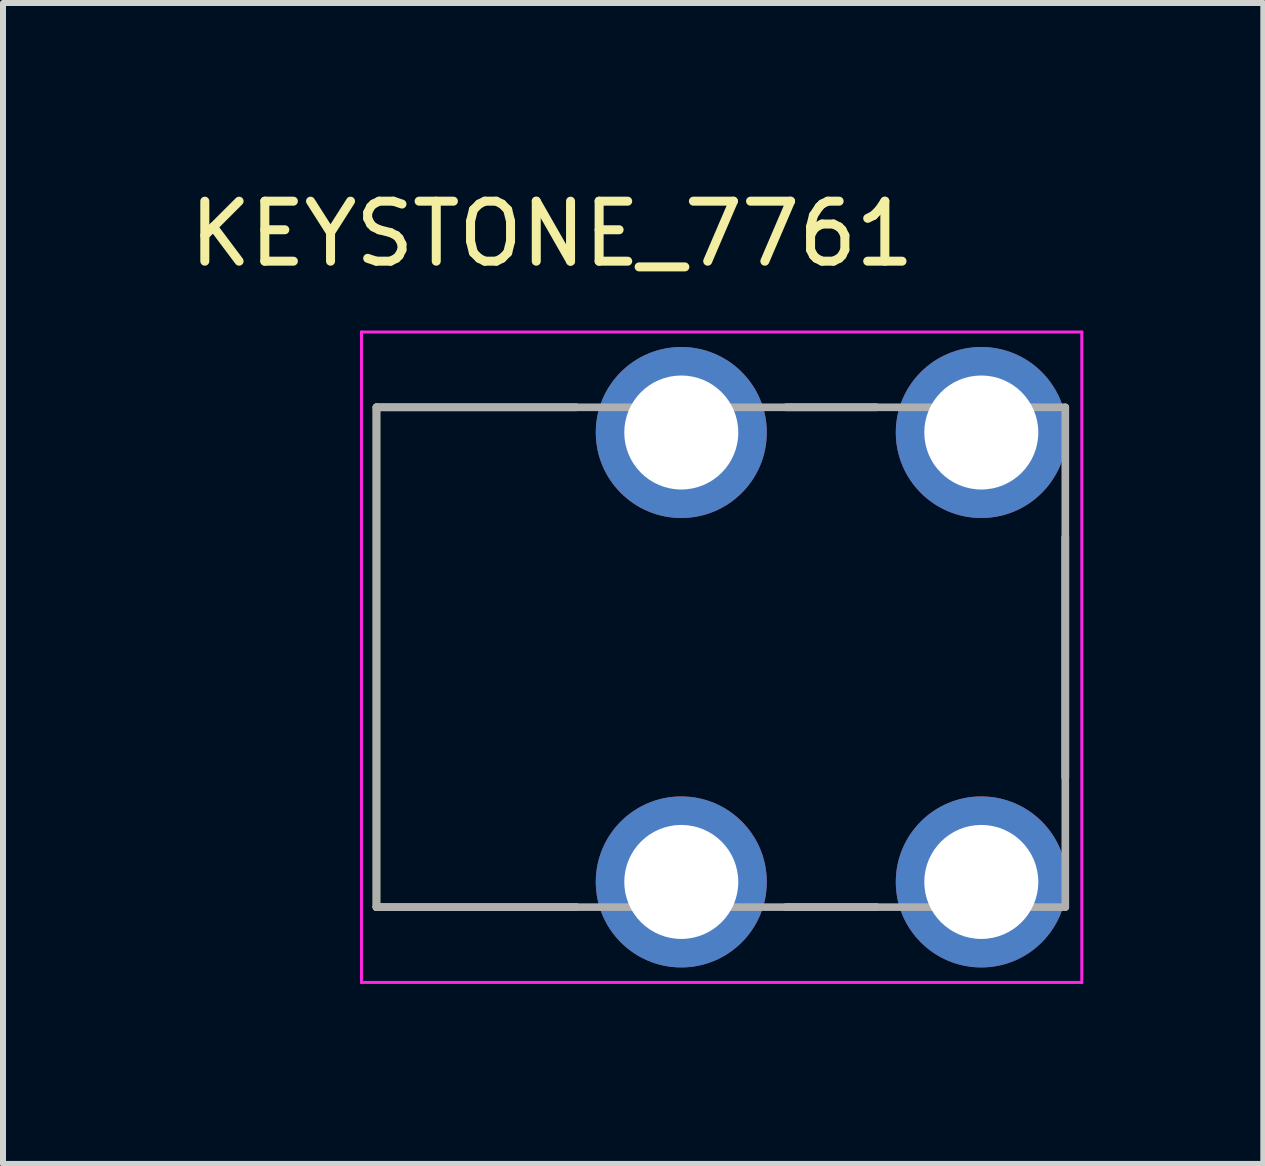
<source format=kicad_pcb>
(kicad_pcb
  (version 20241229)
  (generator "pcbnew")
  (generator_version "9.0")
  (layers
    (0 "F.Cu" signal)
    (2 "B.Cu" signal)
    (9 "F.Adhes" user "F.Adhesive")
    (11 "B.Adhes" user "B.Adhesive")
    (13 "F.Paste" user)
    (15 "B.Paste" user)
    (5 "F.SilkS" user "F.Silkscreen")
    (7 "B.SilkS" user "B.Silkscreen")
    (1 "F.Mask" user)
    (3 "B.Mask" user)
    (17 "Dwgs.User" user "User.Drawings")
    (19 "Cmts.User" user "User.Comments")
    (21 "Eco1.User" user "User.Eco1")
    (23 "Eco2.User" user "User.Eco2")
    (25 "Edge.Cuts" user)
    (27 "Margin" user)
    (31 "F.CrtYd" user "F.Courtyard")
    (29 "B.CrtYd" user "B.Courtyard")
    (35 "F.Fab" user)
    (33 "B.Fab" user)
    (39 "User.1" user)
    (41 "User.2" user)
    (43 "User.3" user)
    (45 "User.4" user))
  (footprint "KEYSTONE_7761"
    (layer "F.Cu")
    (at 8.964 7.903)
    (property "Reference" "KEYSTONE_7761" (at -2.815 -7.055 0) (layer "F.SilkS") (effects (font (size 1 1) (thickness 0.15))))
    (attr through_hole)
    (fp_line (start -5.74 -4.165) (end -5.74 4.165) (stroke (width 0.127) (type solid)) (layer "F.SilkS"))
    (fp_line (start -5.74 4.165) (end -2.405 4.165) (stroke (width 0.127) (type solid)) (layer "F.SilkS"))
    (fp_line (start -2.405 -4.165) (end -5.74 -4.165) (stroke (width 0.127) (type solid)) (layer "F.SilkS"))
    (fp_line (start 1.085 -4.165) (end 2.595 -4.165) (stroke (width 0.127) (type solid)) (layer "F.SilkS"))
    (fp_line (start 1.085 4.165) (end 2.595 4.165) (stroke (width 0.127) (type solid)) (layer "F.SilkS"))
    (fp_line (start 5.74 -2) (end 5.74 2) (stroke (width 0.127) (type solid)) (layer "F.SilkS"))
    (fp_line (start -5.99 -5.42) (end -5.99 5.42) (stroke (width 0.05) (type solid)) (layer "F.CrtYd"))
    (fp_line (start -5.99 5.42) (end 6.015 5.42) (stroke (width 0.05) (type solid)) (layer "F.CrtYd"))
    (fp_line (start 6.015 -5.42) (end -5.99 -5.42) (stroke (width 0.05) (type solid)) (layer "F.CrtYd"))
    (fp_line (start 6.015 5.42) (end 6.015 -5.42) (stroke (width 0.05) (type solid)) (layer "F.CrtYd"))
    (fp_line (start -5.74 -4.165) (end -5.74 4.165) (stroke (width 0.127) (type solid)) (layer "F.Fab"))
    (fp_line (start -5.74 4.165) (end 5.74 4.165) (stroke (width 0.127) (type solid)) (layer "F.Fab"))
    (fp_line (start 5.74 -4.165) (end -5.74 -4.165) (stroke (width 0.127) (type solid)) (layer "F.Fab"))
    (fp_line (start 5.74 4.165) (end 5.74 -4.165) (stroke (width 0.127) (type solid)) (layer "F.Fab"))
    (pad "1_1" thru_hole circle (at -0.66 3.745) (size 2.85 2.85) (drill 1.9) (layers "*.Cu" "*.Mask"))
    (pad "1_2" thru_hole circle (at 4.34 3.745) (size 2.85 2.85) (drill 1.9) (layers "*.Cu" "*.Mask"))
    (pad "1_3" thru_hole circle (at 4.34 -3.745) (size 2.85 2.85) (drill 1.9) (layers "*.Cu" "*.Mask"))
    (pad "1_4" thru_hole circle (at -0.66 -3.745) (size 2.85 2.85) (drill 1.9) (layers "*.Cu" "*.Mask")))
  (gr_rect
    (start -3 -3)
    (end 18.004 16.348)
    (stroke (width 0.1) (type default))
    (fill no)
    (layer "Edge.Cuts")))
</source>
